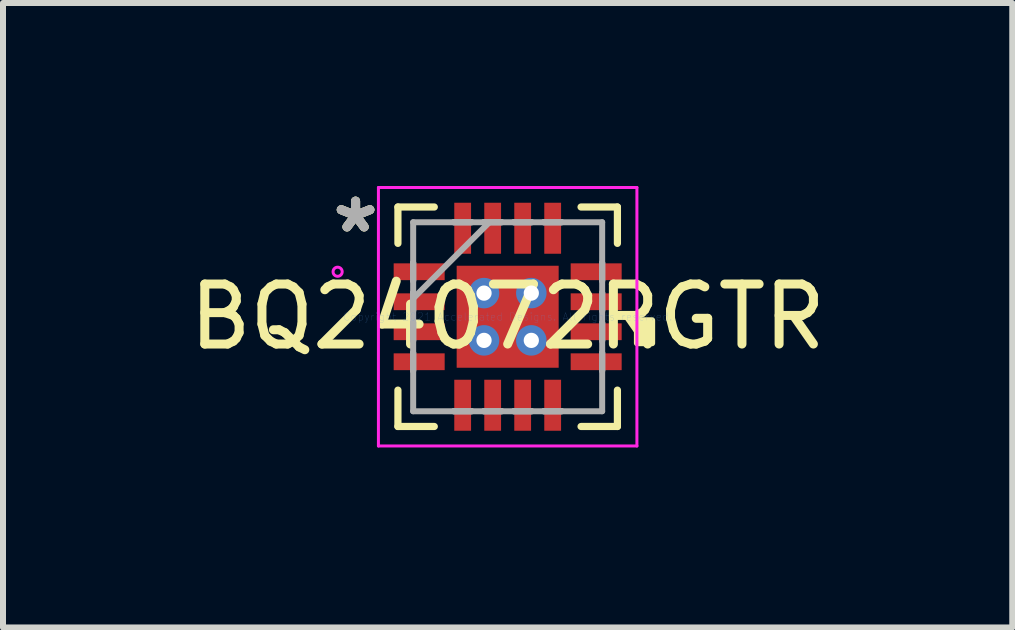
<source format=kicad_pcb>
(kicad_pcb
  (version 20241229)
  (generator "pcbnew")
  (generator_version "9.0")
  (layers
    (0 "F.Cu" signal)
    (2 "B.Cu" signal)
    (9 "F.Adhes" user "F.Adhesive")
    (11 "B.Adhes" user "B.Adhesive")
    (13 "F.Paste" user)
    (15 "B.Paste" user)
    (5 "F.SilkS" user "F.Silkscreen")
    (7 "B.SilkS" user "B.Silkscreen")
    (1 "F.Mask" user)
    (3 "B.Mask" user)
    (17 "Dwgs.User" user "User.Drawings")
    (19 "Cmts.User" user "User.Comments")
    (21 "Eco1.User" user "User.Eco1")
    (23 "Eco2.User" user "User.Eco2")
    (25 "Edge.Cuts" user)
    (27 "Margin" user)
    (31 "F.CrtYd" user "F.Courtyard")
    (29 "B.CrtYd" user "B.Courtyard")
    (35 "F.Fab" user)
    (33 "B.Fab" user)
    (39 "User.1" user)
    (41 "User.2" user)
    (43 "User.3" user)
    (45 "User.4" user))
  (footprint "BQ24072RGTR"
    (layer "F.Cu")
    (at 5.411 2.229)
    (property "Reference" "BQ24072RGTR" (at 0 0 0) (layer "F.SilkS") (effects (font (size 1 1) (thickness 0.15))))
    (attr through_hole)
    (fp_poly (pts (xy -1.97 -0.96) (xy -1.97 -0.54) (xy -0.98 -0.54) (xy -0.98 -0.96)) (stroke (width 0.1) (type solid)) (fill yes) (layer "F.Mask"))
    (fp_poly (pts (xy -1.97 -0.46) (xy -1.97 -0.04) (xy -0.98 -0.04) (xy -0.98 -0.46)) (stroke (width 0.1) (type solid)) (fill yes) (layer "F.Mask"))
    (fp_poly (pts (xy -1.97 0.04) (xy -1.97 0.46) (xy -0.98 0.46) (xy -0.98 0.04)) (stroke (width 0.1) (type solid)) (fill yes) (layer "F.Mask"))
    (fp_poly (pts (xy -1.97 0.54) (xy -1.97 0.96) (xy -0.98 0.96) (xy -0.98 0.54)) (stroke (width 0.1) (type solid)) (fill yes) (layer "F.Mask"))
    (fp_poly (pts (xy -0.96 -1.97) (xy -0.96 -0.98) (xy -0.541 -0.98) (xy -0.541 -1.97)) (stroke (width 0.1) (type solid)) (fill yes) (layer "F.Mask"))
    (fp_poly (pts (xy -0.96 0.98) (xy -0.96 1.97) (xy -0.541 1.97) (xy -0.541 0.98)) (stroke (width 0.1) (type solid)) (fill yes) (layer "F.Mask"))
    (fp_poly (pts (xy -0.913 -0.913) (xy -0.594 -0.913) (xy -0.594 0.913) (xy -0.913 0.913)) (stroke (width 0.1) (type solid)) (fill yes) (layer "F.Mask"))
    (fp_poly (pts (xy -0.913 -0.913) (xy 0.913 -0.913) (xy 0.913 -0.594) (xy -0.913 -0.594)) (stroke (width 0.1) (type solid)) (fill yes) (layer "F.Mask"))
    (fp_poly (pts (xy -0.913 -0.194) (xy 0.913 -0.194) (xy 0.913 0.194) (xy -0.913 0.194)) (stroke (width 0.1) (type solid)) (fill yes) (layer "F.Mask"))
    (fp_poly (pts (xy -0.913 0.594) (xy 0.913 0.594) (xy 0.913 0.913) (xy -0.913 0.913)) (stroke (width 0.1) (type solid)) (fill yes) (layer "F.Mask"))
    (fp_poly (pts (xy -0.46 -1.97) (xy -0.46 -0.98) (xy -0.04 -0.98) (xy -0.04 -1.97)) (stroke (width 0.1) (type solid)) (fill yes) (layer "F.Mask"))
    (fp_poly (pts (xy -0.46 0.98) (xy -0.46 1.97) (xy -0.04 1.97) (xy -0.04 0.98)) (stroke (width 0.1) (type solid)) (fill yes) (layer "F.Mask"))
    (fp_poly (pts (xy 0.04 -1.97) (xy 0.04 -0.98) (xy 0.46 -0.98) (xy 0.46 -1.97)) (stroke (width 0.1) (type solid)) (fill yes) (layer "F.Mask"))
    (fp_poly (pts (xy 0.04 0.98) (xy 0.04 1.97) (xy 0.46 1.97) (xy 0.46 0.98)) (stroke (width 0.1) (type solid)) (fill yes) (layer "F.Mask"))
    (fp_poly (pts (xy 0.194 -0.913) (xy -0.194 -0.913) (xy -0.194 0.913) (xy 0.194 0.913)) (stroke (width 0.1) (type solid)) (fill yes) (layer "F.Mask"))
    (fp_poly (pts (xy 0.541 -1.97) (xy 0.541 -0.98) (xy 0.96 -0.98) (xy 0.96 -1.97)) (stroke (width 0.1) (type solid)) (fill yes) (layer "F.Mask"))
    (fp_poly (pts (xy 0.541 0.98) (xy 0.541 1.97) (xy 0.96 1.97) (xy 0.96 0.98)) (stroke (width 0.1) (type solid)) (fill yes) (layer "F.Mask"))
    (fp_poly (pts (xy 0.594 -0.913) (xy 0.913 -0.913) (xy 0.913 0.913) (xy 0.594 0.913)) (stroke (width 0.1) (type solid)) (fill yes) (layer "F.Mask"))
    (fp_poly (pts (xy 0.98 -0.96) (xy 0.98 -0.54) (xy 1.97 -0.54) (xy 1.97 -0.96)) (stroke (width 0.1) (type solid)) (fill yes) (layer "F.Mask"))
    (fp_poly (pts (xy 0.98 -0.46) (xy 0.98 -0.04) (xy 1.97 -0.04) (xy 1.97 -0.46)) (stroke (width 0.1) (type solid)) (fill yes) (layer "F.Mask"))
    (fp_poly (pts (xy 0.98 0.04) (xy 0.98 0.46) (xy 1.97 0.46) (xy 1.97 0.04)) (stroke (width 0.1) (type solid)) (fill yes) (layer "F.Mask"))
    (fp_poly (pts (xy 0.98 0.54) (xy 0.98 0.96) (xy 1.97 0.96) (xy 1.97 0.54)) (stroke (width 0.1) (type solid)) (fill yes) (layer "F.Mask"))
    (fp_line (start -1.829 -1.829) (end -1.829 -1.223) (stroke (width 0.12) (type solid)) (layer "F.SilkS"))
    (fp_line (start -1.829 1.223) (end -1.829 1.829) (stroke (width 0.12) (type solid)) (layer "F.SilkS"))
    (fp_line (start -1.829 1.829) (end -1.223 1.829) (stroke (width 0.12) (type solid)) (layer "F.SilkS"))
    (fp_line (start -1.223 -1.829) (end -1.829 -1.829) (stroke (width 0.12) (type solid)) (layer "F.SilkS"))
    (fp_line (start 1.223 1.829) (end 1.829 1.829) (stroke (width 0.12) (type solid)) (layer "F.SilkS"))
    (fp_line (start 1.829 -1.829) (end 1.223 -1.829) (stroke (width 0.12) (type solid)) (layer "F.SilkS"))
    (fp_line (start 1.829 -1.223) (end 1.829 -1.829) (stroke (width 0.12) (type solid)) (layer "F.SilkS"))
    (fp_line (start 1.829 1.829) (end 1.829 1.223) (stroke (width 0.12) (type solid)) (layer "F.SilkS"))
    (fp_poly (pts (xy 2.408 0.059) (xy 2.408 0.441) (xy 2.154 0.441) (xy 2.154 0.059)) (stroke (width 0.1) (type solid)) (fill yes) (layer "F.SilkS"))
    (fp_poly (pts (xy -1.875 -0.865) (xy -1.875 -0.635) (xy -1.075 -0.635) (xy -1.075 -0.865)) (stroke (width 0.1) (type solid)) (fill yes) (layer "F.Paste"))
    (fp_poly (pts (xy -1.875 -0.365) (xy -1.875 -0.135) (xy -1.075 -0.135) (xy -1.075 -0.365)) (stroke (width 0.1) (type solid)) (fill yes) (layer "F.Paste"))
    (fp_poly (pts (xy -1.875 0.135) (xy -1.875 0.365) (xy -1.075 0.365) (xy -1.075 0.135)) (stroke (width 0.1) (type solid)) (fill yes) (layer "F.Paste"))
    (fp_poly (pts (xy -1.875 0.635) (xy -1.875 0.865) (xy -1.075 0.865) (xy -1.075 0.635)) (stroke (width 0.1) (type solid)) (fill yes) (layer "F.Paste"))
    (fp_poly (pts (xy -0.865 -1.875) (xy -0.865 -1.075) (xy -0.635 -1.075) (xy -0.635 -1.875)) (stroke (width 0.1) (type solid)) (fill yes) (layer "F.Paste"))
    (fp_poly (pts (xy -0.865 1.075) (xy -0.865 1.875) (xy -0.635 1.875) (xy -0.635 1.075)) (stroke (width 0.1) (type solid)) (fill yes) (layer "F.Paste"))
    (fp_poly (pts (xy -0.365 -1.875) (xy -0.365 -1.075) (xy -0.135 -1.075) (xy -0.135 -1.875)) (stroke (width 0.1) (type solid)) (fill yes) (layer "F.Paste"))
    (fp_poly (pts (xy -0.365 1.075) (xy -0.365 1.875) (xy -0.135 1.875) (xy -0.135 1.075)) (stroke (width 0.1) (type solid)) (fill yes) (layer "F.Paste"))
    (fp_poly (pts (xy 0.135 -1.875) (xy 0.135 -1.075) (xy 0.365 -1.075) (xy 0.365 -1.875)) (stroke (width 0.1) (type solid)) (fill yes) (layer "F.Paste"))
    (fp_poly (pts (xy 0.135 1.075) (xy 0.135 1.875) (xy 0.365 1.875) (xy 0.365 1.075)) (stroke (width 0.1) (type solid)) (fill yes) (layer "F.Paste"))
    (fp_poly (pts (xy 0.635 -1.875) (xy 0.635 -1.075) (xy 0.865 -1.075) (xy 0.865 -1.875)) (stroke (width 0.1) (type solid)) (fill yes) (layer "F.Paste"))
    (fp_poly (pts (xy 0.635 1.075) (xy 0.635 1.875) (xy 0.865 1.875) (xy 0.865 1.075)) (stroke (width 0.1) (type solid)) (fill yes) (layer "F.Paste"))
    (fp_poly (pts (xy 1.075 -0.865) (xy 1.075 -0.635) (xy 1.875 -0.635) (xy 1.875 -0.865)) (stroke (width 0.1) (type solid)) (fill yes) (layer "F.Paste"))
    (fp_poly (pts (xy 1.075 -0.365) (xy 1.075 -0.135) (xy 1.875 -0.135) (xy 1.875 -0.365)) (stroke (width 0.1) (type solid)) (fill yes) (layer "F.Paste"))
    (fp_poly (pts (xy 1.075 0.135) (xy 1.075 0.365) (xy 1.875 0.365) (xy 1.875 0.135)) (stroke (width 0.1) (type solid)) (fill yes) (layer "F.Paste"))
    (fp_poly (pts (xy 1.075 0.635) (xy 1.075 0.865) (xy 1.875 0.865) (xy 1.875 0.635)) (stroke (width 0.1) (type solid)) (fill yes) (layer "F.Paste"))
    (fp_poly (pts (xy -0.775 -0.775) (xy -0.775 -0.494) (xy -0.635 -0.494) (xy -0.494 -0.635) (xy -0.494 -0.775)) (stroke (width 0.1) (type solid)) (fill yes) (layer "F.Paste"))
    (fp_poly (pts (xy -0.775 0.494) (xy -0.775 0.775) (xy -0.494 0.775) (xy -0.494 0.635) (xy -0.635 0.494)) (stroke (width 0.1) (type solid)) (fill yes) (layer "F.Paste"))
    (fp_poly (pts (xy 0.494 -0.775) (xy 0.494 -0.635) (xy 0.635 -0.494) (xy 0.775 -0.494) (xy 0.775 -0.775)) (stroke (width 0.1) (type solid)) (fill yes) (layer "F.Paste"))
    (fp_poly (pts (xy 0.635 0.494) (xy 0.494 0.635) (xy 0.494 0.775) (xy 0.775 0.775) (xy 0.775 0.494)) (stroke (width 0.1) (type solid)) (fill yes) (layer "F.Paste"))
    (fp_poly (pts (xy -0.775 -0.294) (xy -0.775 0.294) (xy -0.635 0.294) (xy -0.494 0.152) (xy -0.494 -0.152) (xy -0.635 -0.294)) (stroke (width 0.1) (type solid)) (fill yes) (layer "F.Paste"))
    (fp_poly (pts (xy -0.294 -0.775) (xy -0.294 -0.635) (xy -0.152 -0.494) (xy 0.152 -0.494) (xy 0.294 -0.635) (xy 0.294 -0.775)) (stroke (width 0.1) (type solid)) (fill yes) (layer "F.Paste"))
    (fp_poly (pts (xy -0.152 0.494) (xy -0.294 0.635) (xy -0.294 0.775) (xy 0.294 0.775) (xy 0.294 0.635) (xy 0.152 0.494)) (stroke (width 0.1) (type solid)) (fill yes) (layer "F.Paste"))
    (fp_poly (pts (xy 0.635 -0.294) (xy 0.494 -0.152) (xy 0.494 0.152) (xy 0.635 0.294) (xy 0.775 0.294) (xy 0.775 -0.294)) (stroke (width 0.1) (type solid)) (fill yes) (layer "F.Paste"))
    (fp_poly (pts (xy -0.152 -0.294) (xy -0.294 -0.152) (xy -0.294 0.152) (xy -0.152 0.294) (xy 0.152 0.294) (xy 0.294 0.152) (xy 0.294 -0.152) (xy 0.152 -0.294)) (stroke (width 0.1) (type solid)) (fill yes) (layer "F.Paste"))
    (fp_line (start -2.154 -2.154) (end 2.154 -2.154) (stroke (width 0.05) (type solid)) (layer "F.CrtYd"))
    (fp_line (start -2.154 2.154) (end -2.154 -2.154) (stroke (width 0.05) (type solid)) (layer "F.CrtYd"))
    (fp_line (start 2.154 -2.154) (end 2.154 2.154) (stroke (width 0.05) (type solid)) (layer "F.CrtYd"))
    (fp_line (start 2.154 2.154) (end -2.154 2.154) (stroke (width 0.05) (type solid)) (layer "F.CrtYd"))
    (fp_circle (center -2.834 -0.75) (end -2.758 -0.75) (stroke (width 0.05) (type solid)) (fill no) (layer "F.CrtYd"))
    (fp_line (start -1.575 -1.575) (end -1.575 1.575) (stroke (width 0.1) (type solid)) (layer "F.Fab"))
    (fp_line (start -1.575 -0.9) (end -1.575 -0.9) (stroke (width 0.1) (type solid)) (layer "F.Fab"))
    (fp_line (start -1.575 -0.9) (end -1.575 -0.6) (stroke (width 0.1) (type solid)) (layer "F.Fab"))
    (fp_line (start -1.575 -0.6) (end -1.575 -0.9) (stroke (width 0.1) (type solid)) (layer "F.Fab"))
    (fp_line (start -1.575 -0.6) (end -1.575 -0.6) (stroke (width 0.1) (type solid)) (layer "F.Fab"))
    (fp_line (start -1.575 -0.4) (end -1.575 -0.4) (stroke (width 0.1) (type solid)) (layer "F.Fab"))
    (fp_line (start -1.575 -0.4) (end -1.575 -0.1) (stroke (width 0.1) (type solid)) (layer "F.Fab"))
    (fp_line (start -1.575 -0.305) (end -0.305 -1.575) (stroke (width 0.1) (type solid)) (layer "F.Fab"))
    (fp_line (start -1.575 -0.1) (end -1.575 -0.4) (stroke (width 0.1) (type solid)) (layer "F.Fab"))
    (fp_line (start -1.575 -0.1) (end -1.575 -0.1) (stroke (width 0.1) (type solid)) (layer "F.Fab"))
    (fp_line (start -1.575 0.1) (end -1.575 0.1) (stroke (width 0.1) (type solid)) (layer "F.Fab"))
    (fp_line (start -1.575 0.1) (end -1.575 0.4) (stroke (width 0.1) (type solid)) (layer "F.Fab"))
    (fp_line (start -1.575 0.4) (end -1.575 0.1) (stroke (width 0.1) (type solid)) (layer "F.Fab"))
    (fp_line (start -1.575 0.4) (end -1.575 0.4) (stroke (width 0.1) (type solid)) (layer "F.Fab"))
    (fp_line (start -1.575 0.6) (end -1.575 0.6) (stroke (width 0.1) (type solid)) (layer "F.Fab"))
    (fp_line (start -1.575 0.6) (end -1.575 0.9) (stroke (width 0.1) (type solid)) (layer "F.Fab"))
    (fp_line (start -1.575 0.9) (end -1.575 0.6) (stroke (width 0.1) (type solid)) (layer "F.Fab"))
    (fp_line (start -1.575 0.9) (end -1.575 0.9) (stroke (width 0.1) (type solid)) (layer "F.Fab"))
    (fp_line (start -1.575 1.575) (end 1.575 1.575) (stroke (width 0.1) (type solid)) (layer "F.Fab"))
    (fp_line (start -0.9 -1.575) (end -0.9 -1.575) (stroke (width 0.1) (type solid)) (layer "F.Fab"))
    (fp_line (start -0.9 -1.575) (end -0.6 -1.575) (stroke (width 0.1) (type solid)) (layer "F.Fab"))
    (fp_line (start -0.9 1.575) (end -0.9 1.575) (stroke (width 0.1) (type solid)) (layer "F.Fab"))
    (fp_line (start -0.9 1.575) (end -0.6 1.575) (stroke (width 0.1) (type solid)) (layer "F.Fab"))
    (fp_line (start -0.6 -1.575) (end -0.9 -1.575) (stroke (width 0.1) (type solid)) (layer "F.Fab"))
    (fp_line (start -0.6 -1.575) (end -0.6 -1.575) (stroke (width 0.1) (type solid)) (layer "F.Fab"))
    (fp_line (start -0.6 1.575) (end -0.9 1.575) (stroke (width 0.1) (type solid)) (layer "F.Fab"))
    (fp_line (start -0.6 1.575) (end -0.6 1.575) (stroke (width 0.1) (type solid)) (layer "F.Fab"))
    (fp_line (start -0.4 -1.575) (end -0.4 -1.575) (stroke (width 0.1) (type solid)) (layer "F.Fab"))
    (fp_line (start -0.4 -1.575) (end -0.1 -1.575) (stroke (width 0.1) (type solid)) (layer "F.Fab"))
    (fp_line (start -0.4 1.575) (end -0.4 1.575) (stroke (width 0.1) (type solid)) (layer "F.Fab"))
    (fp_line (start -0.4 1.575) (end -0.1 1.575) (stroke (width 0.1) (type solid)) (layer "F.Fab"))
    (fp_line (start -0.1 -1.575) (end -0.4 -1.575) (stroke (width 0.1) (type solid)) (layer "F.Fab"))
    (fp_line (start -0.1 -1.575) (end -0.1 -1.575) (stroke (width 0.1) (type solid)) (layer "F.Fab"))
    (fp_line (start -0.1 1.575) (end -0.4 1.575) (stroke (width 0.1) (type solid)) (layer "F.Fab"))
    (fp_line (start -0.1 1.575) (end -0.1 1.575) (stroke (width 0.1) (type solid)) (layer "F.Fab"))
    (fp_line (start 0.1 -1.575) (end 0.1 -1.575) (stroke (width 0.1) (type solid)) (layer "F.Fab"))
    (fp_line (start 0.1 -1.575) (end 0.4 -1.575) (stroke (width 0.1) (type solid)) (layer "F.Fab"))
    (fp_line (start 0.1 1.575) (end 0.1 1.575) (stroke (width 0.1) (type solid)) (layer "F.Fab"))
    (fp_line (start 0.1 1.575) (end 0.4 1.575) (stroke (width 0.1) (type solid)) (layer "F.Fab"))
    (fp_line (start 0.4 -1.575) (end 0.1 -1.575) (stroke (width 0.1) (type solid)) (layer "F.Fab"))
    (fp_line (start 0.4 -1.575) (end 0.4 -1.575) (stroke (width 0.1) (type solid)) (layer "F.Fab"))
    (fp_line (start 0.4 1.575) (end 0.1 1.575) (stroke (width 0.1) (type solid)) (layer "F.Fab"))
    (fp_line (start 0.4 1.575) (end 0.4 1.575) (stroke (width 0.1) (type solid)) (layer "F.Fab"))
    (fp_line (start 0.6 -1.575) (end 0.6 -1.575) (stroke (width 0.1) (type solid)) (layer "F.Fab"))
    (fp_line (start 0.6 -1.575) (end 0.9 -1.575) (stroke (width 0.1) (type solid)) (layer "F.Fab"))
    (fp_line (start 0.6 1.575) (end 0.6 1.575) (stroke (width 0.1) (type solid)) (layer "F.Fab"))
    (fp_line (start 0.6 1.575) (end 0.9 1.575) (stroke (width 0.1) (type solid)) (layer "F.Fab"))
    (fp_line (start 0.9 -1.575) (end 0.6 -1.575) (stroke (width 0.1) (type solid)) (layer "F.Fab"))
    (fp_line (start 0.9 -1.575) (end 0.9 -1.575) (stroke (width 0.1) (type solid)) (layer "F.Fab"))
    (fp_line (start 0.9 1.575) (end 0.6 1.575) (stroke (width 0.1) (type solid)) (layer "F.Fab"))
    (fp_line (start 0.9 1.575) (end 0.9 1.575) (stroke (width 0.1) (type solid)) (layer "F.Fab"))
    (fp_line (start 1.575 -1.575) (end -1.575 -1.575) (stroke (width 0.1) (type solid)) (layer "F.Fab"))
    (fp_line (start 1.575 -0.9) (end 1.575 -0.9) (stroke (width 0.1) (type solid)) (layer "F.Fab"))
    (fp_line (start 1.575 -0.9) (end 1.575 -0.6) (stroke (width 0.1) (type solid)) (layer "F.Fab"))
    (fp_line (start 1.575 -0.6) (end 1.575 -0.9) (stroke (width 0.1) (type solid)) (layer "F.Fab"))
    (fp_line (start 1.575 -0.6) (end 1.575 -0.6) (stroke (width 0.1) (type solid)) (layer "F.Fab"))
    (fp_line (start 1.575 -0.4) (end 1.575 -0.4) (stroke (width 0.1) (type solid)) (layer "F.Fab"))
    (fp_line (start 1.575 -0.4) (end 1.575 -0.1) (stroke (width 0.1) (type solid)) (layer "F.Fab"))
    (fp_line (start 1.575 -0.1) (end 1.575 -0.4) (stroke (width 0.1) (type solid)) (layer "F.Fab"))
    (fp_line (start 1.575 -0.1) (end 1.575 -0.1) (stroke (width 0.1) (type solid)) (layer "F.Fab"))
    (fp_line (start 1.575 0.1) (end 1.575 0.1) (stroke (width 0.1) (type solid)) (layer "F.Fab"))
    (fp_line (start 1.575 0.1) (end 1.575 0.4) (stroke (width 0.1) (type solid)) (layer "F.Fab"))
    (fp_line (start 1.575 0.4) (end 1.575 0.1) (stroke (width 0.1) (type solid)) (layer "F.Fab"))
    (fp_line (start 1.575 0.4) (end 1.575 0.4) (stroke (width 0.1) (type solid)) (layer "F.Fab"))
    (fp_line (start 1.575 0.6) (end 1.575 0.6) (stroke (width 0.1) (type solid)) (layer "F.Fab"))
    (fp_line (start 1.575 0.6) (end 1.575 0.9) (stroke (width 0.1) (type solid)) (layer "F.Fab"))
    (fp_line (start 1.575 0.9) (end 1.575 0.6) (stroke (width 0.1) (type solid)) (layer "F.Fab"))
    (fp_line (start 1.575 0.9) (end 1.575 0.9) (stroke (width 0.1) (type solid)) (layer "F.Fab"))
    (fp_line (start 1.575 1.575) (end 1.575 -1.575) (stroke (width 0.1) (type solid)) (layer "F.Fab"))
    (fp_text user "*" (at -2.535 -1.381 0) (layer "F.SilkS") (effects (font (size 1 1) (thickness 0.15))))
    (fp_text user "*" (at -2.535 -1.381 0) (layer "F.SilkS") (effects (font (size 1 1) (thickness 0.15))))
    (fp_text user "Copyright 2021 Accelerated Designs. All rights reserved." (at 0 0 0) (layer "Cmts.User") (effects (font (size 0.127 0.127) (thickness 0.002))))
    (fp_text user "*" (at -2.535 -1.381 0) (layer "F.Fab") (effects (font (size 1 1) (thickness 0.15))))
    (fp_text user "*" (at -2.535 -1.381 0) (layer "F.Fab") (effects (font (size 1 1) (thickness 0.15))))
    (pad "1" smd rect (at -1.475 -0.75 90) (size 0.28 0.85) (layers "F.Cu" "F.Mask" "F.Paste"))
    (pad "2" smd rect (at -1.475 -0.25 90) (size 0.28 0.85) (layers "F.Cu" "F.Mask" "F.Paste"))
    (pad "3" smd rect (at -1.475 0.25 90) (size 0.28 0.85) (layers "F.Cu" "F.Mask" "F.Paste"))
    (pad "4" smd rect (at -1.475 0.75 90) (size 0.28 0.85) (layers "F.Cu" "F.Mask" "F.Paste"))
    (pad "5" smd rect (at -0.75 1.475) (size 0.28 0.85) (layers "F.Cu" "F.Mask" "F.Paste"))
    (pad "6" smd rect (at -0.25 1.475) (size 0.28 0.85) (layers "F.Cu" "F.Mask" "F.Paste"))
    (pad "7" smd rect (at 0.25 1.475) (size 0.28 0.85) (layers "F.Cu" "F.Mask" "F.Paste"))
    (pad "8" smd rect (at 0.75 1.475) (size 0.28 0.85) (layers "F.Cu" "F.Mask" "F.Paste"))
    (pad "9" smd rect (at 1.475 0.75 90) (size 0.28 0.85) (layers "F.Cu" "F.Mask" "F.Paste"))
    (pad "10" smd rect (at 1.475 0.25 90) (size 0.28 0.85) (layers "F.Cu" "F.Mask" "F.Paste"))
    (pad "11" smd rect (at 1.475 -0.25 90) (size 0.28 0.85) (layers "F.Cu" "F.Mask" "F.Paste"))
    (pad "12" smd rect (at 1.475 -0.75 90) (size 0.28 0.85) (layers "F.Cu" "F.Mask" "F.Paste"))
    (pad "13" smd rect (at 0.75 -1.475) (size 0.28 0.85) (layers "F.Cu" "F.Mask" "F.Paste"))
    (pad "14" smd rect (at 0.25 -1.475) (size 0.28 0.85) (layers "F.Cu" "F.Mask" "F.Paste"))
    (pad "15" smd rect (at -0.25 -1.475) (size 0.28 0.85) (layers "F.Cu" "F.Mask" "F.Paste"))
    (pad "16" smd rect (at -0.75 -1.475) (size 0.28 0.85) (layers "F.Cu" "F.Mask" "F.Paste"))
    (pad "17" smd rect (at 0 0) (size 1.7 1.7) (layers "F.Cu" "F.Mask" "F.Paste"))
    (pad "V" thru_hole circle (at -0.394 -0.394) (size 0.508 0.508) (drill 0.254) (layers "*.Cu" "*.Mask"))
    (pad "V" thru_hole circle (at -0.394 0.394) (size 0.508 0.508) (drill 0.254) (layers "*.Cu" "*.Mask"))
    (pad "V" thru_hole circle (at 0.394 -0.394) (size 0.508 0.508) (drill 0.254) (layers "*.Cu" "*.Mask"))
    (pad "V" thru_hole circle (at 0.394 0.394) (size 0.508 0.508) (drill 0.254) (layers "*.Cu" "*.Mask")))
  (gr_rect
    (start -3 -3)
    (end 13.821 7.408)
    (stroke (width 0.1) (type default))
    (fill no)
    (layer "Edge.Cuts")))
</source>
